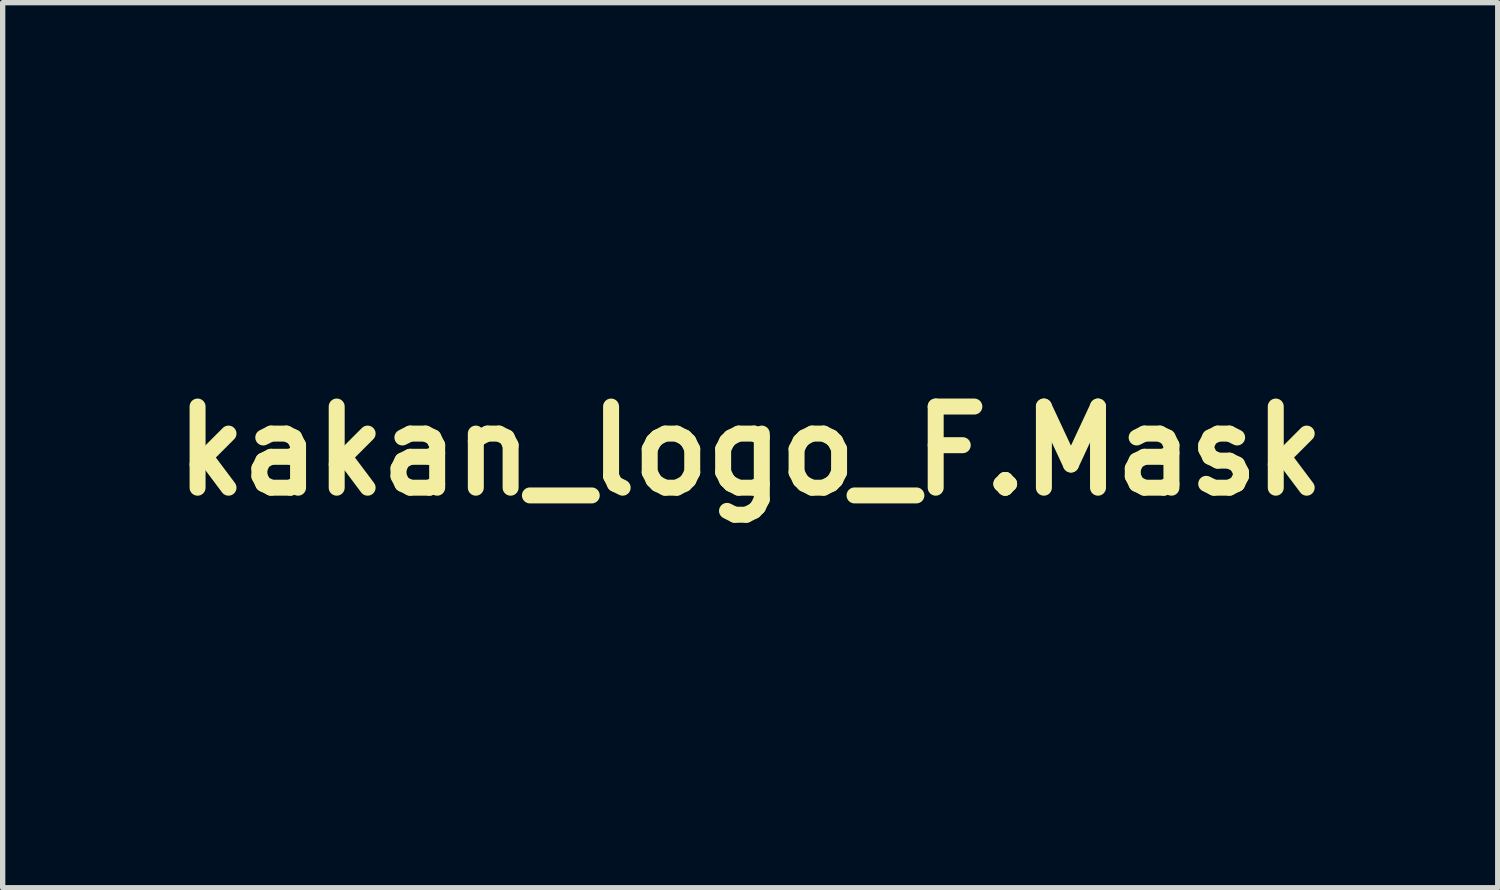
<source format=kicad_pcb>
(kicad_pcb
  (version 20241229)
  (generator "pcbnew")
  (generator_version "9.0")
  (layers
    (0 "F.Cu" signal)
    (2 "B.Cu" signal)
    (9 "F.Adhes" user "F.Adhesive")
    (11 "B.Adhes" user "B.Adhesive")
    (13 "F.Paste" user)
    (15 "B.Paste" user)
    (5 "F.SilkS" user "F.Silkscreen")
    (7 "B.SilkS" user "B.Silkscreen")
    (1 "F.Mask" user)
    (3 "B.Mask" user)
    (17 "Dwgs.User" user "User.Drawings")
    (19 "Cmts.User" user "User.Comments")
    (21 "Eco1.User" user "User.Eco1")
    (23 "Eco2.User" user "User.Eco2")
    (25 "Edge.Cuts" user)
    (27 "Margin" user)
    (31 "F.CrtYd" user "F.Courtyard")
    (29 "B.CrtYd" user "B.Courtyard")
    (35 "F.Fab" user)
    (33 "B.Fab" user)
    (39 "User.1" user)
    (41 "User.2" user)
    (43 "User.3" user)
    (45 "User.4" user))
  (footprint "kakan_logo_F.Mask"
    (layer "F.Cu")
    (at 11.038 5.419)
    (property "Reference" "kakan_logo_F.Mask" (at 0 0 0) (layer "F.SilkS") (effects (font (size 1.524 1.524) (thickness 0.3))))
    (attr through_hole)
    (fp_poly (pts (xy 0.66 -3.116) (xy 0.743 -3.106) (xy 0.821 -3.084) (xy 0.892 -3.052) (xy 0.958 -3.008) (xy 1.018 -2.953) (xy 1.02 -2.951) (xy 1.065 -2.894) (xy 1.1 -2.832) (xy 1.125 -2.767) (xy 1.138 -2.7) (xy 1.14 -2.633) (xy 1.137 -2.605) (xy 1.125 -2.549) (xy 1.106 -2.496) (xy 1.079 -2.446) (xy 1.044 -2.395) (xy 0.998 -2.342) (xy 0.988 -2.331) (xy 0.925 -2.273) (xy 0.858 -2.225) (xy 0.788 -2.186) (xy 0.716 -2.158) (xy 0.643 -2.142) (xy 0.572 -2.136) (xy 0.516 -2.141) (xy 0.45 -2.156) (xy 0.391 -2.181) (xy 0.337 -2.217) (xy 0.288 -2.264) (xy 0.243 -2.323) (xy 0.213 -2.372) (xy 0.174 -2.448) (xy 0.146 -2.519) (xy 0.127 -2.586) (xy 0.117 -2.652) (xy 0.114 -2.698) (xy 0.119 -2.767) (xy 0.134 -2.83) (xy 0.16 -2.887) (xy 0.197 -2.939) (xy 0.219 -2.963) (xy 0.265 -3.004) (xy 0.316 -3.038) (xy 0.374 -3.066) (xy 0.419 -3.082) (xy 0.491 -3.102) (xy 0.559 -3.114) (xy 0.628 -3.117) (xy 0.66 -3.116)) (stroke (width 0.01) (type solid)) (fill yes) (layer "F.Mask"))
    (fp_poly (pts (xy -3.118 1.055) (xy -3.066 1.061) (xy -3.017 1.074) (xy -2.967 1.093) (xy -2.942 1.105) (xy -2.881 1.142) (xy -2.823 1.19) (xy -2.77 1.246) (xy -2.721 1.311) (xy -2.679 1.381) (xy -2.645 1.456) (xy -2.62 1.533) (xy -2.613 1.562) (xy -2.604 1.631) (xy -2.604 1.702) (xy -2.614 1.773) (xy -2.632 1.839) (xy -2.647 1.876) (xy -2.683 1.937) (xy -2.728 1.99) (xy -2.781 2.036) (xy -2.842 2.073) (xy -2.909 2.102) (xy -2.982 2.121) (xy -3.057 2.13) (xy -3.136 2.128) (xy -3.147 2.127) (xy -3.219 2.115) (xy -3.296 2.093) (xy -3.377 2.064) (xy -3.457 2.027) (xy -3.535 1.985) (xy -3.581 1.955) (xy -3.636 1.915) (xy -3.689 1.868) (xy -3.738 1.817) (xy -3.781 1.765) (xy -3.816 1.714) (xy -3.828 1.692) (xy -3.853 1.63) (xy -3.867 1.568) (xy -3.87 1.506) (xy -3.862 1.447) (xy -3.843 1.391) (xy -3.826 1.359) (xy -3.807 1.332) (xy -3.782 1.306) (xy -3.751 1.279) (xy -3.711 1.25) (xy -3.679 1.228) (xy -3.589 1.173) (xy -3.503 1.128) (xy -3.42 1.095) (xy -3.339 1.071) (xy -3.258 1.057) (xy -3.178 1.052) (xy -3.118 1.055)) (stroke (width 0.01) (type solid)) (fill yes) (layer "F.Mask"))
    (fp_poly (pts (xy -1.3 2.639) (xy -1.255 2.641) (xy -1.217 2.646) (xy -1.2 2.65) (xy -1.129 2.675) (xy -1.066 2.71) (xy -1.01 2.756) (xy -0.963 2.81) (xy -0.924 2.874) (xy -0.894 2.946) (xy -0.881 2.989) (xy -0.873 3.034) (xy -0.868 3.087) (xy -0.866 3.145) (xy -0.868 3.203) (xy -0.874 3.257) (xy -0.881 3.299) (xy -0.908 3.392) (xy -0.942 3.476) (xy -0.985 3.55) (xy -1.035 3.614) (xy -1.093 3.668) (xy -1.158 3.712) (xy -1.174 3.72) (xy -1.251 3.754) (xy -1.328 3.775) (xy -1.404 3.783) (xy -1.478 3.779) (xy -1.491 3.778) (xy -1.559 3.761) (xy -1.62 3.735) (xy -1.678 3.699) (xy -1.734 3.651) (xy -1.743 3.642) (xy -1.783 3.599) (xy -1.813 3.556) (xy -1.836 3.511) (xy -1.855 3.459) (xy -1.864 3.426) (xy -1.877 3.37) (xy -1.886 3.321) (xy -1.891 3.275) (xy -1.894 3.227) (xy -1.894 3.181) (xy -1.89 3.095) (xy -1.876 3.018) (xy -1.852 2.947) (xy -1.819 2.882) (xy -1.775 2.822) (xy -1.756 2.801) (xy -1.699 2.75) (xy -1.633 2.708) (xy -1.558 2.674) (xy -1.476 2.65) (xy -1.44 2.644) (xy -1.396 2.64) (xy -1.348 2.638) (xy -1.3 2.639)) (stroke (width 0.01) (type solid)) (fill yes) (layer "F.Mask"))
    (fp_poly (pts (xy 1.559 2.645) (xy 1.66 2.656) (xy 1.751 2.676) (xy 1.832 2.704) (xy 1.905 2.74) (xy 1.968 2.786) (xy 2.022 2.84) (xy 2.067 2.902) (xy 2.103 2.973) (xy 2.13 3.054) (xy 2.13 3.055) (xy 2.142 3.11) (xy 2.151 3.171) (xy 2.156 3.234) (xy 2.158 3.297) (xy 2.155 3.356) (xy 2.149 3.408) (xy 2.143 3.439) (xy 2.12 3.502) (xy 2.087 3.559) (xy 2.044 3.607) (xy 1.991 3.649) (xy 1.927 3.683) (xy 1.853 3.711) (xy 1.852 3.711) (xy 1.822 3.719) (xy 1.784 3.729) (xy 1.741 3.738) (xy 1.695 3.748) (xy 1.65 3.757) (xy 1.608 3.764) (xy 1.572 3.77) (xy 1.546 3.774) (xy 1.543 3.774) (xy 1.513 3.775) (xy 1.48 3.773) (xy 1.461 3.772) (xy 1.387 3.755) (xy 1.316 3.728) (xy 1.251 3.691) (xy 1.192 3.644) (xy 1.139 3.589) (xy 1.094 3.527) (xy 1.057 3.46) (xy 1.029 3.387) (xy 1.011 3.31) (xy 1.005 3.231) (xy 1.005 3.191) (xy 1.015 3.111) (xy 1.034 3.031) (xy 1.062 2.955) (xy 1.097 2.884) (xy 1.139 2.821) (xy 1.164 2.79) (xy 1.219 2.74) (xy 1.28 2.7) (xy 1.348 2.67) (xy 1.422 2.651) (xy 1.501 2.643) (xy 1.559 2.645)) (stroke (width 0.01) (type solid)) (fill yes) (layer "F.Mask"))
    (fp_poly (pts (xy 0.164 -1.365) (xy 0.241 -1.351) (xy 0.314 -1.327) (xy 0.337 -1.317) (xy 0.379 -1.291) (xy 0.421 -1.256) (xy 0.461 -1.216) (xy 0.495 -1.173) (xy 0.516 -1.136) (xy 0.542 -1.073) (xy 0.559 -1.004) (xy 0.569 -0.928) (xy 0.569 -0.914) (xy 0.569 -0.822) (xy 0.558 -0.735) (xy 0.537 -0.652) (xy 0.506 -0.576) (xy 0.466 -0.507) (xy 0.416 -0.446) (xy 0.391 -0.421) (xy 0.345 -0.383) (xy 0.297 -0.354) (xy 0.244 -0.329) (xy 0.224 -0.322) (xy 0.2 -0.314) (xy 0.18 -0.308) (xy 0.16 -0.305) (xy 0.137 -0.303) (xy 0.107 -0.301) (xy 0.076 -0.301) (xy 0.023 -0.3) (xy -0.019 -0.303) (xy -0.052 -0.307) (xy -0.056 -0.308) (xy -0.142 -0.332) (xy -0.217 -0.362) (xy -0.281 -0.398) (xy -0.291 -0.405) (xy -0.323 -0.429) (xy -0.359 -0.46) (xy -0.395 -0.495) (xy -0.43 -0.53) (xy -0.459 -0.562) (xy -0.474 -0.581) (xy -0.517 -0.646) (xy -0.547 -0.713) (xy -0.564 -0.779) (xy -0.569 -0.845) (xy -0.562 -0.911) (xy -0.542 -0.974) (xy -0.51 -1.036) (xy -0.466 -1.095) (xy -0.41 -1.151) (xy -0.407 -1.154) (xy -0.328 -1.215) (xy -0.248 -1.266) (xy -0.165 -1.307) (xy -0.082 -1.338) (xy 0.002 -1.358) (xy 0.084 -1.367) (xy 0.164 -1.365)) (stroke (width 0.01) (type solid)) (fill yes) (layer "F.Mask"))
    (fp_poly (pts (xy 2.529 -1.779) (xy 2.602 -1.761) (xy 2.674 -1.731) (xy 2.748 -1.69) (xy 2.821 -1.636) (xy 2.894 -1.571) (xy 2.906 -1.559) (xy 2.97 -1.489) (xy 3.022 -1.418) (xy 3.064 -1.345) (xy 3.096 -1.269) (xy 3.118 -1.189) (xy 3.122 -1.17) (xy 3.127 -1.123) (xy 3.129 -1.068) (xy 3.128 -1.01) (xy 3.122 -0.953) (xy 3.113 -0.903) (xy 3.112 -0.896) (xy 3.083 -0.803) (xy 3.042 -0.71) (xy 2.991 -0.619) (xy 2.93 -0.531) (xy 2.861 -0.449) (xy 2.832 -0.419) (xy 2.783 -0.375) (xy 2.732 -0.342) (xy 2.678 -0.318) (xy 2.645 -0.308) (xy 2.609 -0.302) (xy 2.566 -0.299) (xy 2.519 -0.3) (xy 2.474 -0.303) (xy 2.436 -0.31) (xy 2.435 -0.311) (xy 2.355 -0.337) (xy 2.279 -0.375) (xy 2.206 -0.425) (xy 2.176 -0.45) (xy 2.105 -0.52) (xy 2.043 -0.598) (xy 1.992 -0.682) (xy 1.951 -0.771) (xy 1.923 -0.864) (xy 1.906 -0.961) (xy 1.905 -0.97) (xy 1.903 -1.048) (xy 1.91 -1.128) (xy 1.928 -1.213) (xy 1.93 -1.223) (xy 1.963 -1.331) (xy 2.002 -1.427) (xy 2.046 -1.512) (xy 2.095 -1.586) (xy 2.151 -1.648) (xy 2.193 -1.687) (xy 2.256 -1.729) (xy 2.321 -1.76) (xy 2.389 -1.778) (xy 2.459 -1.785) (xy 2.529 -1.779)) (stroke (width 0.01) (type solid)) (fill yes) (layer "F.Mask"))
    (fp_poly (pts (xy 0.035 0.916) (xy 0.081 0.919) (xy 0.091 0.921) (xy 0.197 0.94) (xy 0.293 0.968) (xy 0.381 1.006) (xy 0.46 1.052) (xy 0.53 1.107) (xy 0.591 1.172) (xy 0.642 1.245) (xy 0.685 1.326) (xy 0.718 1.417) (xy 0.742 1.516) (xy 0.757 1.624) (xy 0.759 1.651) (xy 0.76 1.69) (xy 0.759 1.735) (xy 0.756 1.785) (xy 0.751 1.835) (xy 0.745 1.883) (xy 0.738 1.926) (xy 0.73 1.961) (xy 0.727 1.973) (xy 0.698 2.04) (xy 0.66 2.099) (xy 0.612 2.15) (xy 0.554 2.192) (xy 0.488 2.226) (xy 0.413 2.251) (xy 0.386 2.257) (xy 0.348 2.262) (xy 0.303 2.265) (xy 0.253 2.266) (xy 0.203 2.265) (xy 0.158 2.261) (xy 0.133 2.257) (xy 0.058 2.239) (xy -0.019 2.212) (xy -0.094 2.178) (xy -0.163 2.139) (xy -0.188 2.122) (xy -0.256 2.068) (xy -0.316 2.009) (xy -0.367 1.943) (xy -0.41 1.87) (xy -0.447 1.788) (xy -0.478 1.695) (xy -0.492 1.646) (xy -0.511 1.556) (xy -0.522 1.474) (xy -0.525 1.398) (xy -0.521 1.337) (xy -0.506 1.255) (xy -0.481 1.181) (xy -0.447 1.115) (xy -0.404 1.058) (xy -0.352 1.01) (xy -0.291 0.971) (xy -0.222 0.941) (xy -0.197 0.933) (xy -0.162 0.926) (xy -0.118 0.92) (xy -0.068 0.916) (xy -0.016 0.915) (xy 0.035 0.916)) (stroke (width 0.01) (type solid)) (fill yes) (layer "F.Mask"))
    (fp_poly (pts (xy -3.218 -1.581) (xy -3.146 -1.567) (xy -3.08 -1.542) (xy -3.02 -1.508) (xy -2.968 -1.464) (xy -2.924 -1.411) (xy -2.894 -1.361) (xy -2.874 -1.318) (xy -2.86 -1.278) (xy -2.85 -1.236) (xy -2.844 -1.191) (xy -2.842 -1.138) (xy -2.842 -1.108) (xy -2.842 -1.055) (xy -2.845 -1.011) (xy -2.85 -0.975) (xy -2.853 -0.959) (xy -2.879 -0.862) (xy -2.913 -0.771) (xy -2.955 -0.684) (xy -3.005 -0.605) (xy -3.061 -0.533) (xy -3.123 -0.469) (xy -3.189 -0.415) (xy -3.26 -0.372) (xy -3.334 -0.339) (xy -3.335 -0.339) (xy -3.388 -0.324) (xy -3.447 -0.312) (xy -3.51 -0.304) (xy -3.574 -0.299) (xy -3.635 -0.298) (xy -3.69 -0.302) (xy -3.738 -0.309) (xy -3.744 -0.311) (xy -3.801 -0.33) (xy -3.849 -0.356) (xy -3.89 -0.389) (xy -3.912 -0.41) (xy -3.93 -0.431) (xy -3.944 -0.452) (xy -3.955 -0.476) (xy -3.963 -0.503) (xy -3.969 -0.536) (xy -3.973 -0.576) (xy -3.976 -0.624) (xy -3.977 -0.682) (xy -3.977 -0.737) (xy -3.978 -0.791) (xy -3.978 -0.834) (xy -3.977 -0.869) (xy -3.976 -0.897) (xy -3.974 -0.921) (xy -3.972 -0.942) (xy -3.969 -0.962) (xy -3.965 -0.984) (xy -3.964 -0.989) (xy -3.94 -1.087) (xy -3.909 -1.175) (xy -3.871 -1.253) (xy -3.826 -1.323) (xy -3.773 -1.386) (xy -3.757 -1.401) (xy -3.696 -1.454) (xy -3.63 -1.498) (xy -3.559 -1.532) (xy -3.48 -1.558) (xy -3.392 -1.576) (xy -3.377 -1.578) (xy -3.295 -1.585) (xy -3.218 -1.581)) (stroke (width 0.01) (type solid)) (fill yes) (layer "F.Mask"))
    (fp_poly (pts (xy -1.244 -3.697) (xy -1.216 -3.692) (xy -1.148 -3.672) (xy -1.087 -3.641) (xy -1.033 -3.599) (xy -0.986 -3.549) (xy -0.947 -3.489) (xy -0.918 -3.422) (xy -0.907 -3.387) (xy -0.9 -3.349) (xy -0.895 -3.301) (xy -0.892 -3.249) (xy -0.893 -3.195) (xy -0.896 -3.144) (xy -0.903 -3.099) (xy -0.904 -3.092) (xy -0.929 -2.998) (xy -0.96 -2.909) (xy -0.999 -2.827) (xy -1.043 -2.752) (xy -1.093 -2.686) (xy -1.147 -2.63) (xy -1.205 -2.584) (xy -1.254 -2.555) (xy -1.296 -2.537) (xy -1.338 -2.523) (xy -1.384 -2.512) (xy -1.436 -2.505) (xy -1.495 -2.501) (xy -1.553 -2.498) (xy -1.607 -2.498) (xy -1.652 -2.499) (xy -1.688 -2.501) (xy -1.719 -2.505) (xy -1.72 -2.505) (xy -1.772 -2.517) (xy -1.826 -2.533) (xy -1.877 -2.552) (xy -1.922 -2.572) (xy -1.93 -2.576) (xy -1.956 -2.593) (xy -1.986 -2.616) (xy -2.015 -2.643) (xy -2.023 -2.651) (xy -2.062 -2.694) (xy -2.091 -2.738) (xy -2.112 -2.785) (xy -2.126 -2.839) (xy -2.129 -2.858) (xy -2.131 -2.876) (xy -2.132 -2.895) (xy -2.132 -2.917) (xy -2.13 -2.946) (xy -2.127 -2.983) (xy -2.125 -2.998) (xy -2.116 -3.08) (xy -2.102 -3.151) (xy -2.084 -3.215) (xy -2.06 -3.274) (xy -2.03 -3.331) (xy -2.009 -3.364) (xy -1.954 -3.436) (xy -1.89 -3.499) (xy -1.818 -3.554) (xy -1.736 -3.601) (xy -1.644 -3.641) (xy -1.614 -3.651) (xy -1.536 -3.674) (xy -1.457 -3.69) (xy -1.381 -3.699) (xy -1.309 -3.702) (xy -1.244 -3.697)) (stroke (width 0.01) (type solid)) (fill yes) (layer "F.Mask"))
    (fp_poly (pts (xy 3.478 0.111) (xy 3.507 0.112) (xy 3.53 0.114) (xy 3.549 0.116) (xy 3.567 0.121) (xy 3.588 0.127) (xy 3.596 0.129) (xy 3.652 0.152) (xy 3.701 0.181) (xy 3.746 0.219) (xy 3.764 0.237) (xy 3.805 0.291) (xy 3.838 0.353) (xy 3.862 0.423) (xy 3.868 0.449) (xy 3.874 0.479) (xy 3.877 0.507) (xy 3.879 0.535) (xy 3.879 0.569) (xy 3.878 0.597) (xy 3.874 0.654) (xy 3.868 0.705) (xy 3.858 0.754) (xy 3.843 0.807) (xy 3.832 0.842) (xy 3.795 0.938) (xy 3.75 1.024) (xy 3.696 1.101) (xy 3.652 1.152) (xy 3.603 1.198) (xy 3.554 1.234) (xy 3.502 1.262) (xy 3.444 1.283) (xy 3.378 1.299) (xy 3.345 1.305) (xy 3.301 1.309) (xy 3.249 1.312) (xy 3.195 1.314) (xy 3.142 1.313) (xy 3.093 1.31) (xy 3.054 1.305) (xy 2.97 1.286) (xy 2.894 1.259) (xy 2.827 1.225) (xy 2.77 1.183) (xy 2.722 1.135) (xy 2.684 1.08) (xy 2.657 1.019) (xy 2.652 1.003) (xy 2.646 0.977) (xy 2.642 0.949) (xy 2.641 0.916) (xy 2.642 0.876) (xy 2.644 0.829) (xy 2.654 0.733) (xy 2.672 0.646) (xy 2.697 0.568) (xy 2.731 0.496) (xy 2.773 0.429) (xy 2.826 0.366) (xy 2.835 0.356) (xy 2.898 0.297) (xy 2.967 0.247) (xy 3.043 0.204) (xy 3.126 0.169) (xy 3.22 0.14) (xy 3.261 0.129) (xy 3.293 0.122) (xy 3.321 0.117) (xy 3.348 0.114) (xy 3.378 0.112) (xy 3.415 0.112) (xy 3.439 0.111) (xy 3.478 0.111)) (stroke (width 0.01) (type solid)) (fill yes) (layer "F.Mask"))
    (fp_poly (pts (xy 3.815 -3.672) (xy 3.857 -3.666) (xy 3.874 -3.662) (xy 3.937 -3.636) (xy 3.996 -3.601) (xy 4.05 -3.557) (xy 4.098 -3.507) (xy 4.138 -3.452) (xy 4.17 -3.393) (xy 4.192 -3.332) (xy 4.203 -3.27) (xy 4.204 -3.245) (xy 4.198 -3.182) (xy 4.18 -3.123) (xy 4.151 -3.068) (xy 4.113 -3.019) (xy 4.065 -2.978) (xy 4.012 -2.946) (xy 3.944 -2.92) (xy 3.872 -2.906) (xy 3.8 -2.903) (xy 3.751 -2.909) (xy 3.685 -2.924) (xy 3.621 -2.947) (xy 3.56 -2.977) (xy 3.505 -3.012) (xy 3.458 -3.051) (xy 3.426 -3.088) (xy 3.405 -3.116) (xy 3.391 -3.139) (xy 3.38 -3.161) (xy 3.372 -3.187) (xy 3.365 -3.211) (xy 3.357 -3.25) (xy 3.354 -3.283) (xy 3.354 -3.283) (xy 3.619 -3.283) (xy 3.625 -3.267) (xy 3.639 -3.249) (xy 3.661 -3.229) (xy 3.687 -3.211) (xy 3.704 -3.201) (xy 3.753 -3.181) (xy 3.797 -3.171) (xy 3.84 -3.17) (xy 3.871 -3.176) (xy 3.9 -3.188) (xy 3.922 -3.206) (xy 3.935 -3.228) (xy 3.937 -3.242) (xy 3.932 -3.27) (xy 3.917 -3.301) (xy 3.896 -3.332) (xy 3.87 -3.361) (xy 3.841 -3.385) (xy 3.821 -3.397) (xy 3.784 -3.408) (xy 3.747 -3.407) (xy 3.71 -3.397) (xy 3.676 -3.378) (xy 3.648 -3.351) (xy 3.629 -3.32) (xy 3.623 -3.301) (xy 3.62 -3.285) (xy 3.619 -3.283) (xy 3.354 -3.283) (xy 3.355 -3.316) (xy 3.362 -3.356) (xy 3.362 -3.356) (xy 3.379 -3.412) (xy 3.404 -3.464) (xy 3.438 -3.513) (xy 3.473 -3.55) (xy 3.528 -3.598) (xy 3.586 -3.634) (xy 3.649 -3.659) (xy 3.683 -3.668) (xy 3.724 -3.673) (xy 3.769 -3.675) (xy 3.815 -3.672)) (stroke (width 0.01) (type solid)) (fill yes) (layer "F.Mask"))
    (fp_poly (pts (xy 1.958 -5.071) (xy 2.006 -5.067) (xy 2.059 -5.06) (xy 2.114 -5.05) (xy 2.169 -5.039) (xy 2.222 -5.027) (xy 2.249 -5.019) (xy 2.319 -4.998) (xy 2.382 -4.976) (xy 2.445 -4.951) (xy 2.511 -4.921) (xy 2.55 -4.902) (xy 2.654 -4.846) (xy 2.755 -4.783) (xy 2.85 -4.715) (xy 2.939 -4.641) (xy 3.022 -4.563) (xy 3.097 -4.482) (xy 3.163 -4.399) (xy 3.22 -4.314) (xy 3.267 -4.229) (xy 3.302 -4.145) (xy 3.319 -4.092) (xy 3.329 -4.044) (xy 3.335 -3.992) (xy 3.337 -3.941) (xy 3.334 -3.893) (xy 3.328 -3.854) (xy 3.306 -3.79) (xy 3.273 -3.73) (xy 3.229 -3.677) (xy 3.175 -3.632) (xy 3.113 -3.593) (xy 3.049 -3.566) (xy 2.993 -3.549) (xy 2.933 -3.536) (xy 2.871 -3.528) (xy 2.811 -3.524) (xy 2.756 -3.525) (xy 2.709 -3.532) (xy 2.699 -3.534) (xy 2.635 -3.557) (xy 2.576 -3.591) (xy 2.523 -3.633) (xy 2.479 -3.683) (xy 2.457 -3.715) (xy 2.438 -3.753) (xy 2.419 -3.8) (xy 2.402 -3.85) (xy 2.39 -3.898) (xy 2.387 -3.915) (xy 2.38 -3.959) (xy 2.315 -3.96) (xy 2.243 -3.966) (xy 2.169 -3.985) (xy 2.095 -4.016) (xy 2.02 -4.06) (xy 1.944 -4.117) (xy 1.867 -4.185) (xy 1.852 -4.2) (xy 1.812 -4.241) (xy 1.779 -4.278) (xy 1.751 -4.312) (xy 1.726 -4.348) (xy 1.709 -4.376) (xy 1.67 -4.451) (xy 1.643 -4.528) (xy 1.628 -4.604) (xy 1.626 -4.657) (xy 1.892 -4.657) (xy 1.896 -4.616) (xy 1.906 -4.576) (xy 1.924 -4.535) (xy 1.951 -4.493) (xy 1.987 -4.448) (xy 2.034 -4.398) (xy 2.041 -4.39) (xy 2.101 -4.334) (xy 2.158 -4.289) (xy 2.212 -4.256) (xy 2.262 -4.234) (xy 2.307 -4.224) (xy 2.323 -4.223) (xy 2.35 -4.227) (xy 2.377 -4.237) (xy 2.399 -4.252) (xy 2.41 -4.264) (xy 2.427 -4.281) (xy 2.451 -4.297) (xy 2.479 -4.31) (xy 2.497 -4.315) (xy 2.527 -4.315) (xy 2.56 -4.307) (xy 2.59 -4.293) (xy 2.608 -4.279) (xy 2.623 -4.262) (xy 2.634 -4.245) (xy 2.641 -4.226) (xy 2.645 -4.203) (xy 2.646 -4.172) (xy 2.645 -4.132) (xy 2.644 -4.116) (xy 2.644 -4.037) (xy 2.649 -3.968) (xy 2.661 -3.911) (xy 2.679 -3.865) (xy 2.703 -3.829) (xy 2.734 -3.804) (xy 2.74 -3.801) (xy 2.76 -3.795) (xy 2.79 -3.792) (xy 2.825 -3.792) (xy 2.862 -3.794) (xy 2.899 -3.8) (xy 2.904 -3.801) (xy 2.944 -3.812) (xy 2.982 -3.827) (xy 3.014 -3.844) (xy 3.038 -3.861) (xy 3.044 -3.868) (xy 3.063 -3.899) (xy 3.071 -3.937) (xy 3.07 -3.981) (xy 3.06 -4.029) (xy 3.042 -4.082) (xy 3.015 -4.137) (xy 2.98 -4.195) (xy 2.939 -4.255) (xy 2.89 -4.314) (xy 2.835 -4.374) (xy 2.774 -4.432) (xy 2.747 -4.456) (xy 2.647 -4.534) (xy 2.541 -4.604) (xy 2.43 -4.665) (xy 2.315 -4.716) (xy 2.199 -4.757) (xy 2.084 -4.786) (xy 2.057 -4.79) (xy 2.028 -4.795) (xy 2 -4.799) (xy 1.978 -4.802) (xy 1.975 -4.802) (xy 1.958 -4.802) (xy 1.948 -4.799) (xy 1.938 -4.791) (xy 1.926 -4.774) (xy 1.926 -4.773) (xy 1.907 -4.741) (xy 1.897 -4.708) (xy 1.893 -4.671) (xy 1.892 -4.657) (xy 1.626 -4.657) (xy 1.625 -4.68) (xy 1.635 -4.755) (xy 1.656 -4.827) (xy 1.689 -4.897) (xy 1.734 -4.962) (xy 1.768 -5.001) (xy 1.802 -5.033) (xy 1.834 -5.056) (xy 1.859 -5.068) (xy 1.882 -5.072) (xy 1.916 -5.073) (xy 1.958 -5.071)) (stroke (width 0.01) (type solid)) (fill yes) (layer "F.Mask"))
    (fp_poly (pts (xy 0.219 -5.409) (xy 0.456 -5.394) (xy 0.53 -5.387) (xy 0.593 -5.381) (xy 0.645 -5.374) (xy 0.685 -5.368) (xy 0.713 -5.362) (xy 0.729 -5.357) (xy 0.76 -5.334) (xy 0.782 -5.304) (xy 0.796 -5.268) (xy 0.799 -5.23) (xy 0.792 -5.193) (xy 0.788 -5.185) (xy 0.781 -5.172) (xy 0.768 -5.151) (xy 0.75 -5.123) (xy 0.729 -5.091) (xy 0.705 -5.056) (xy 0.696 -5.042) (xy 0.649 -4.973) (xy 0.609 -4.913) (xy 0.578 -4.861) (xy 0.552 -4.817) (xy 0.534 -4.779) (xy 0.521 -4.748) (xy 0.514 -4.722) (xy 0.512 -4.705) (xy 0.512 -4.692) (xy 0.517 -4.684) (xy 0.529 -4.679) (xy 0.54 -4.676) (xy 0.562 -4.672) (xy 0.59 -4.669) (xy 0.61 -4.668) (xy 0.655 -4.662) (xy 0.693 -4.647) (xy 0.724 -4.623) (xy 0.738 -4.604) (xy 0.747 -4.588) (xy 0.753 -4.571) (xy 0.757 -4.548) (xy 0.761 -4.518) (xy 0.763 -4.505) (xy 0.775 -4.42) (xy 0.795 -4.339) (xy 0.822 -4.263) (xy 0.854 -4.196) (xy 0.871 -4.168) (xy 0.915 -4.11) (xy 0.963 -4.064) (xy 1.018 -4.027) (xy 1.08 -4) (xy 1.083 -3.999) (xy 1.1 -3.994) (xy 1.117 -3.99) (xy 1.135 -3.987) (xy 1.157 -3.986) (xy 1.186 -3.985) (xy 1.224 -3.985) (xy 1.238 -3.985) (xy 1.281 -3.985) (xy 1.315 -3.986) (xy 1.342 -3.988) (xy 1.366 -3.991) (xy 1.391 -3.996) (xy 1.418 -4.002) (xy 1.42 -4.002) (xy 1.451 -4.01) (xy 1.473 -4.014) (xy 1.49 -4.016) (xy 1.504 -4.015) (xy 1.518 -4.012) (xy 1.523 -4.011) (xy 1.558 -3.997) (xy 1.579 -3.981) (xy 1.592 -3.967) (xy 1.603 -3.955) (xy 1.61 -3.942) (xy 1.615 -3.926) (xy 1.619 -3.905) (xy 1.621 -3.877) (xy 1.622 -3.841) (xy 1.622 -3.794) (xy 1.622 -3.791) (xy 1.623 -3.736) (xy 1.625 -3.691) (xy 1.629 -3.654) (xy 1.635 -3.623) (xy 1.643 -3.596) (xy 1.654 -3.57) (xy 1.668 -3.544) (xy 1.671 -3.539) (xy 1.696 -3.505) (xy 1.726 -3.477) (xy 1.763 -3.457) (xy 1.808 -3.443) (xy 1.862 -3.435) (xy 1.918 -3.433) (xy 1.954 -3.432) (xy 1.98 -3.431) (xy 1.999 -3.429) (xy 2.013 -3.425) (xy 2.026 -3.42) (xy 2.03 -3.418) (xy 2.057 -3.399) (xy 2.078 -3.375) (xy 2.093 -3.343) (xy 2.098 -3.327) (xy 2.1 -3.313) (xy 2.1 -3.296) (xy 2.097 -3.273) (xy 2.095 -3.259) (xy 2.092 -3.229) (xy 2.089 -3.191) (xy 2.088 -3.152) (xy 2.088 -3.127) (xy 2.092 -3.052) (xy 2.105 -2.987) (xy 2.127 -2.931) (xy 2.156 -2.885) (xy 2.193 -2.848) (xy 2.239 -2.822) (xy 2.247 -2.818) (xy 2.262 -2.813) (xy 2.277 -2.809) (xy 2.294 -2.806) (xy 2.316 -2.805) (xy 2.345 -2.804) (xy 2.384 -2.804) (xy 2.384 -2.804) (xy 2.425 -2.804) (xy 2.461 -2.805) (xy 2.493 -2.808) (xy 2.525 -2.813) (xy 2.56 -2.82) (xy 2.599 -2.829) (xy 2.646 -2.842) (xy 2.68 -2.852) (xy 2.715 -2.862) (xy 2.741 -2.869) (xy 2.759 -2.872) (xy 2.774 -2.874) (xy 2.786 -2.873) (xy 2.799 -2.871) (xy 2.801 -2.87) (xy 2.831 -2.859) (xy 2.858 -2.84) (xy 2.884 -2.812) (xy 2.904 -2.785) (xy 2.925 -2.757) (xy 2.954 -2.723) (xy 2.986 -2.689) (xy 3.019 -2.655) (xy 3.05 -2.627) (xy 3.067 -2.613) (xy 3.124 -2.574) (xy 3.184 -2.541) (xy 3.242 -2.517) (xy 3.264 -2.51) (xy 3.284 -2.505) (xy 3.304 -2.501) (xy 3.328 -2.5) (xy 3.36 -2.499) (xy 3.378 -2.499) (xy 3.428 -2.5) (xy 3.469 -2.504) (xy 3.506 -2.511) (xy 3.543 -2.523) (xy 3.584 -2.54) (xy 3.6 -2.547) (xy 3.672 -2.586) (xy 3.746 -2.636) (xy 3.813 -2.689) (xy 3.844 -2.715) (xy 3.868 -2.733) (xy 3.887 -2.746) (xy 3.904 -2.753) (xy 3.922 -2.756) (xy 3.941 -2.757) (xy 3.982 -2.752) (xy 4.017 -2.735) (xy 4.046 -2.709) (xy 4.054 -2.696) (xy 4.062 -2.682) (xy 4.068 -2.669) (xy 4.072 -2.653) (xy 4.074 -2.632) (xy 4.077 -2.603) (xy 4.078 -2.587) (xy 4.088 -2.494) (xy 4.107 -2.41) (xy 4.135 -2.335) (xy 4.165 -2.277) (xy 4.205 -2.226) (xy 4.252 -2.185) (xy 4.306 -2.154) (xy 4.368 -2.133) (xy 4.438 -2.123) (xy 4.514 -2.122) (xy 4.598 -2.132) (xy 4.69 -2.152) (xy 4.705 -2.157) (xy 4.734 -2.164) (xy 4.761 -2.171) (xy 4.782 -2.175) (xy 4.789 -2.176) (xy 4.824 -2.175) (xy 4.859 -2.162) (xy 4.889 -2.141) (xy 4.912 -2.113) (xy 4.915 -2.107) (xy 4.922 -2.093) (xy 4.931 -2.07) (xy 4.944 -2.039) (xy 4.957 -2.004) (xy 4.972 -1.966) (xy 5.056 -1.723) (xy 5.128 -1.477) (xy 5.188 -1.227) (xy 5.236 -0.975) (xy 5.272 -0.721) (xy 5.295 -0.466) (xy 5.306 -0.21) (xy 5.305 0.047) (xy 5.291 0.305) (xy 5.265 0.561) (xy 5.227 0.817) (xy 5.197 0.972) (xy 5.14 1.218) (xy 5.071 1.463) (xy 4.989 1.704) (xy 4.896 1.942) (xy 4.792 2.175) (xy 4.677 2.402) (xy 4.552 2.623) (xy 4.416 2.837) (xy 4.413 2.842) (xy 4.263 3.054) (xy 4.103 3.258) (xy 3.935 3.453) (xy 3.757 3.64) (xy 3.572 3.817) (xy 3.378 3.985) (xy 3.177 4.144) (xy 2.968 4.292) (xy 2.753 4.43) (xy 2.531 4.558) (xy 2.302 4.675) (xy 2.068 4.781) (xy 1.828 4.876) (xy 1.673 4.93) (xy 1.44 5.002) (xy 1.2 5.063) (xy 0.955 5.113) (xy 0.708 5.152) (xy 0.459 5.18) (xy 0.365 5.188) (xy 0.323 5.19) (xy 0.271 5.192) (xy 0.211 5.194) (xy 0.146 5.196) (xy 0.077 5.197) (xy 0.008 5.197) (xy -0.059 5.198) (xy -0.122 5.197) (xy -0.18 5.197) (xy -0.228 5.195) (xy -0.257 5.194) (xy -0.517 5.174) (xy -0.772 5.143) (xy -1.021 5.101) (xy -1.266 5.047) (xy -1.486 4.988) (xy -1.735 4.909) (xy -1.978 4.818) (xy -2.215 4.716) (xy -2.447 4.603) (xy -2.672 4.478) (xy -2.892 4.343) (xy -3.104 4.196) (xy -3.311 4.039) (xy -3.511 3.87) (xy -3.563 3.824) (xy -3.61 3.781) (xy -3.661 3.731) (xy -3.717 3.677) (xy -3.774 3.62) (xy -3.831 3.562) (xy -3.885 3.506) (xy -3.934 3.453) (xy -3.976 3.406) (xy -3.987 3.394) (xy -4.153 3.195) (xy -4.309 2.989) (xy -4.454 2.777) (xy -4.588 2.558) (xy -4.711 2.334) (xy -4.824 2.104) (xy -4.925 1.87) (xy -5.014 1.631) (xy -5.092 1.389) (xy -5.158 1.142) (xy -5.212 0.893) (xy -5.254 0.641) (xy -5.28 0.425) (xy -5.297 0.194) (xy -5.305 -0.042) (xy -5.304 -0.175) (xy -5.038 -0.175) (xy -5.035 0.08) (xy -5.029 0.219) (xy -5.007 0.468) (xy -4.973 0.715) (xy -4.926 0.96) (xy -4.867 1.202) (xy -4.797 1.44) (xy -4.715 1.675) (xy -4.621 1.906) (xy -4.516 2.132) (xy -4.4 2.352) (xy -4.273 2.567) (xy -4.135 2.775) (xy -4.039 2.907) (xy -3.882 3.106) (xy -3.717 3.296) (xy -3.542 3.477) (xy -3.36 3.649) (xy -3.17 3.811) (xy -2.972 3.963) (xy -2.767 4.105) (xy -2.556 4.237) (xy -2.339 4.358) (xy -2.115 4.469) (xy -1.886 4.568) (xy -1.651 4.656) (xy -1.412 4.732) (xy -1.254 4.775) (xy -1.029 4.827) (xy -0.799 4.869) (xy -0.567 4.901) (xy -0.333 4.922) (xy -0.1 4.932) (xy 0.129 4.932) (xy 0.235 4.928) (xy 0.48 4.91) (xy 0.718 4.882) (xy 0.952 4.843) (xy 1.182 4.794) (xy 1.409 4.733) (xy 1.6 4.674) (xy 1.835 4.589) (xy 2.063 4.493) (xy 2.286 4.387) (xy 2.503 4.269) (xy 2.715 4.14) (xy 2.922 4) (xy 3.125 3.847) (xy 3.287 3.715) (xy 3.327 3.68) (xy 3.373 3.638) (xy 3.425 3.589) (xy 3.48 3.535) (xy 3.537 3.479) (xy 3.595 3.422) (xy 3.651 3.365) (xy 3.703 3.31) (xy 3.751 3.259) (xy 3.793 3.213) (xy 3.823 3.179) (xy 3.984 2.981) (xy 4.133 2.779) (xy 4.27 2.573) (xy 4.396 2.362) (xy 4.511 2.146) (xy 4.615 1.924) (xy 4.709 1.695) (xy 4.733 1.63) (xy 4.814 1.394) (xy 4.882 1.154) (xy 4.938 0.911) (xy 4.982 0.666) (xy 5.014 0.419) (xy 5.033 0.171) (xy 5.04 -0.079) (xy 5.035 -0.329) (xy 5.018 -0.578) (xy 4.989 -0.828) (xy 4.947 -1.076) (xy 4.893 -1.322) (xy 4.866 -1.429) (xy 4.856 -1.465) (xy 4.844 -1.507) (xy 4.83 -1.552) (xy 4.815 -1.6) (xy 4.799 -1.649) (xy 4.783 -1.696) (xy 4.768 -1.741) (xy 4.754 -1.783) (xy 4.741 -1.819) (xy 4.73 -1.848) (xy 4.721 -1.869) (xy 4.716 -1.88) (xy 4.714 -1.882) (xy 4.706 -1.88) (xy 4.687 -1.877) (xy 4.663 -1.872) (xy 4.648 -1.869) (xy 4.603 -1.863) (xy 4.552 -1.859) (xy 4.497 -1.857) (xy 4.442 -1.858) (xy 4.39 -1.86) (xy 4.344 -1.865) (xy 4.31 -1.872) (xy 4.224 -1.899) (xy 4.146 -1.937) (xy 4.075 -1.985) (xy 4.012 -2.042) (xy 3.957 -2.11) (xy 3.91 -2.187) (xy 3.872 -2.274) (xy 3.859 -2.31) (xy 3.838 -2.373) (xy 3.784 -2.342) (xy 3.731 -2.314) (xy 3.67 -2.288) (xy 3.608 -2.265) (xy 3.549 -2.248) (xy 3.549 -2.248) (xy 3.504 -2.239) (xy 3.452 -2.233) (xy 3.396 -2.23) (xy 3.342 -2.23) (xy 3.293 -2.233) (xy 3.282 -2.235) (xy 3.194 -2.254) (xy 3.107 -2.285) (xy 3.02 -2.327) (xy 2.936 -2.38) (xy 2.856 -2.444) (xy 2.78 -2.516) (xy 2.748 -2.551) (xy 2.719 -2.585) (xy 2.653 -2.569) (xy 2.579 -2.552) (xy 2.512 -2.542) (xy 2.448 -2.536) (xy 2.381 -2.535) (xy 2.353 -2.535) (xy 2.303 -2.538) (xy 2.262 -2.542) (xy 2.229 -2.547) (xy 2.207 -2.553) (xy 2.13 -2.579) (xy 2.061 -2.616) (xy 2 -2.662) (xy 1.948 -2.717) (xy 1.905 -2.781) (xy 1.87 -2.854) (xy 1.844 -2.936) (xy 1.827 -3.027) (xy 1.822 -3.075) (xy 1.82 -3.106) (xy 1.818 -3.133) (xy 1.818 -3.152) (xy 1.819 -3.162) (xy 1.819 -3.162) (xy 1.816 -3.167) (xy 1.804 -3.171) (xy 1.799 -3.172) (xy 1.716 -3.192) (xy 1.641 -3.221) (xy 1.575 -3.26) (xy 1.516 -3.309) (xy 1.466 -3.367) (xy 1.425 -3.434) (xy 1.392 -3.509) (xy 1.369 -3.594) (xy 1.358 -3.661) (xy 1.35 -3.718) (xy 1.226 -3.718) (xy 1.182 -3.718) (xy 1.148 -3.719) (xy 1.122 -3.72) (xy 1.1 -3.722) (xy 1.081 -3.725) (xy 1.061 -3.73) (xy 1.038 -3.736) (xy 0.952 -3.765) (xy 0.875 -3.803) (xy 0.804 -3.85) (xy 0.74 -3.908) (xy 0.679 -3.978) (xy 0.626 -4.058) (xy 0.581 -4.147) (xy 0.544 -4.246) (xy 0.518 -4.346) (xy 0.504 -4.409) (xy 0.457 -4.422) (xy 0.403 -4.442) (xy 0.358 -4.466) (xy 0.319 -4.498) (xy 0.308 -4.51) (xy 0.283 -4.54) (xy 0.265 -4.57) (xy 0.253 -4.602) (xy 0.247 -4.641) (xy 0.245 -4.687) (xy 0.245 -4.693) (xy 0.245 -4.728) (xy 0.247 -4.754) (xy 0.251 -4.776) (xy 0.257 -4.799) (xy 0.263 -4.816) (xy 0.284 -4.871) (xy 0.31 -4.927) (xy 0.342 -4.986) (xy 0.379 -5.049) (xy 0.43 -5.129) (xy 0.38 -5.133) (xy 0.296 -5.139) (xy 0.203 -5.143) (xy 0.103 -5.145) (xy -0.001 -5.146) (xy -0.106 -5.145) (xy -0.209 -5.142) (xy -0.307 -5.138) (xy -0.397 -5.132) (xy -0.414 -5.131) (xy -0.669 -5.103) (xy -0.92 -5.063) (xy -1.167 -5.011) (xy -1.41 -4.948) (xy -1.648 -4.872) (xy -1.882 -4.784) (xy -2.112 -4.685) (xy -2.337 -4.573) (xy -2.559 -4.449) (xy -2.776 -4.314) (xy -2.788 -4.306) (xy -2.989 -4.165) (xy -3.183 -4.014) (xy -3.371 -3.853) (xy -3.551 -3.682) (xy -3.723 -3.503) (xy -3.886 -3.316) (xy -4.039 -3.122) (xy -4.181 -2.921) (xy -4.263 -2.796) (xy -4.394 -2.576) (xy -4.513 -2.353) (xy -4.619 -2.125) (xy -4.714 -1.893) (xy -4.797 -1.657) (xy -4.868 -1.417) (xy -4.927 -1.175) (xy -4.973 -0.929) (xy -5.007 -0.68) (xy -5.029 -0.429) (xy -5.038 -0.175) (xy -5.304 -0.175) (xy -5.303 -0.278) (xy -5.291 -0.512) (xy -5.279 -0.641) (xy -5.248 -0.896) (xy -5.204 -1.148) (xy -5.148 -1.398) (xy -5.079 -1.644) (xy -5 -1.887) (xy -4.908 -2.125) (xy -4.805 -2.359) (xy -4.691 -2.588) (xy -4.566 -2.811) (xy -4.43 -3.028) (xy -4.284 -3.239) (xy -4.127 -3.443) (xy -4.126 -3.444) (xy -4.002 -3.591) (xy -3.868 -3.738) (xy -3.727 -3.882) (xy -3.581 -4.021) (xy -3.434 -4.152) (xy -3.336 -4.234) (xy -3.132 -4.391) (xy -2.922 -4.537) (xy -2.705 -4.673) (xy -2.483 -4.797) (xy -2.255 -4.911) (xy -2.023 -5.013) (xy -1.786 -5.104) (xy -1.545 -5.184) (xy -1.3 -5.252) (xy -1.052 -5.308) (xy -0.801 -5.353) (xy -0.549 -5.385) (xy -0.294 -5.406) (xy -0.038 -5.414) (xy 0.219 -5.409)) (stroke (width 0.01) (type solid)) (fill yes) (layer "F.Mask")))
  (gr_rect
    (start -3 -3)
    (end 25.076 13.621)
    (stroke (width 0.1) (type default))
    (fill no)
    (layer "Edge.Cuts")))
</source>
